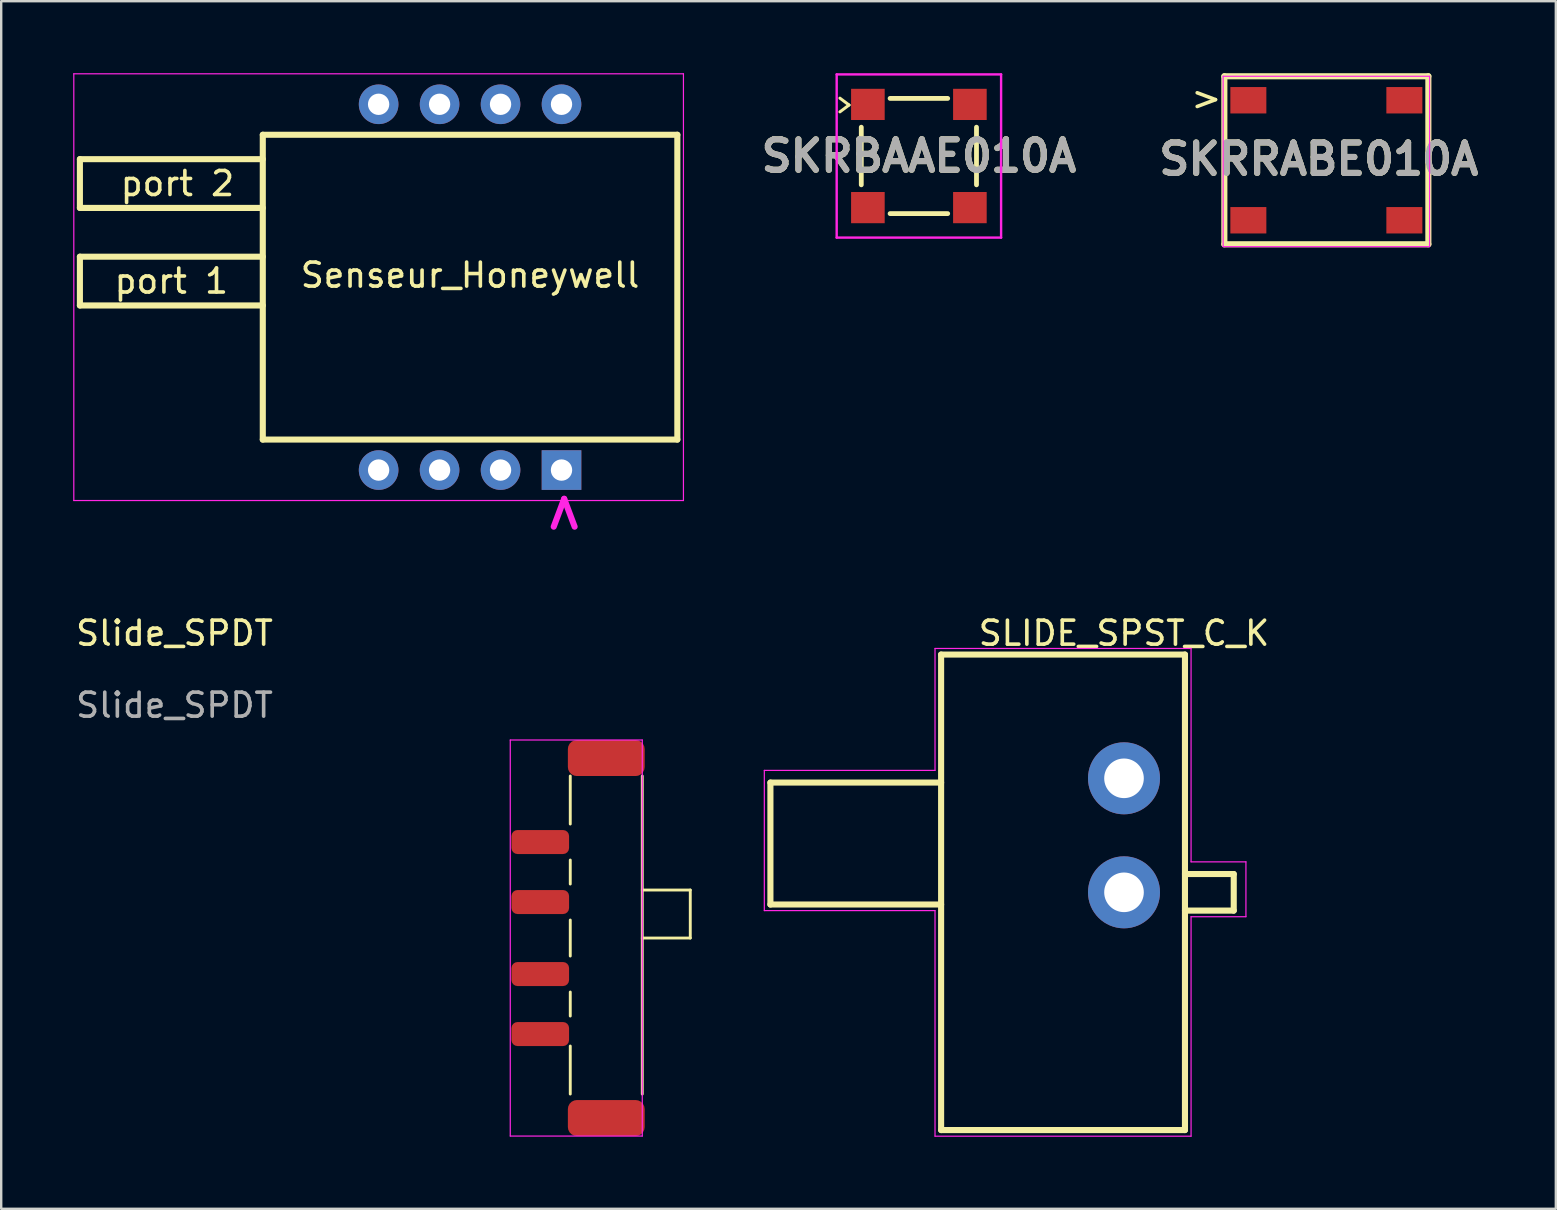
<source format=kicad_pcb>
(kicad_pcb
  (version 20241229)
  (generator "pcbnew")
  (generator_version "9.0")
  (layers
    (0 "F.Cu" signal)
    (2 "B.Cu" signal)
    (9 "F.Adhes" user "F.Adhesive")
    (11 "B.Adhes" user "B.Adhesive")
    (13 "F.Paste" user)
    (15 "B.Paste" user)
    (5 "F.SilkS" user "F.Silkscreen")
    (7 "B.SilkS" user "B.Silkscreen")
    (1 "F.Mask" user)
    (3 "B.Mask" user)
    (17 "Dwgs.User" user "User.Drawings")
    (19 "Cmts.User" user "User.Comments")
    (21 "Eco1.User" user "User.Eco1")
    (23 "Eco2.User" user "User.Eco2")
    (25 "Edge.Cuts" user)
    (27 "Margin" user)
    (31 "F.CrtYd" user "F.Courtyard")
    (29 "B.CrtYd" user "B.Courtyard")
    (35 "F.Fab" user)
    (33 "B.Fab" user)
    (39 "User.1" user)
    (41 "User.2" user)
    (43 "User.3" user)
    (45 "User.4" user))
  (footprint "SKRBAAE010A"
    (layer "F.Cu")
    (at 35.235 3.45)
    (property "Reference" "SKRBAAE010A" (at 0 0 0) (layer "F.SilkS") (effects (font (size 1.27 1.27) (thickness 0.254))))
    (attr smd)
    (fp_line (start -2.4 -1.2) (end -2.4 1.2) (stroke (width 0.2) (type solid)) (layer "F.SilkS"))
    (fp_line (start -1.2 2.4) (end 1.2 2.4) (stroke (width 0.2) (type solid)) (layer "F.SilkS"))
    (fp_line (start 1.2 -2.4) (end -1.2 -2.4) (stroke (width 0.2) (type solid)) (layer "F.SilkS"))
    (fp_line (start 2.4 1.2) (end 2.4 -1.2) (stroke (width 0.2) (type solid)) (layer "F.SilkS"))
    (fp_line (start -3.425 -3.4) (end 3.425 -3.4) (stroke (width 0.1) (type solid)) (layer "F.CrtYd"))
    (fp_line (start -3.425 3.4) (end -3.425 -3.4) (stroke (width 0.1) (type solid)) (layer "F.CrtYd"))
    (fp_line (start 3.425 -3.4) (end 3.425 3.4) (stroke (width 0.1) (type solid)) (layer "F.CrtYd"))
    (fp_line (start 3.425 3.4) (end -3.425 3.4) (stroke (width 0.1) (type solid)) (layer "F.CrtYd"))
    (fp_text user ">" (at -3.1 -2.2 0) (unlocked yes) (layer "F.SilkS") (effects (font (size 1 0.5) (thickness 0.125))))
    (fp_text user "${REFERENCE}" (at 0 0 0) (layer "F.Fab") (effects (font (size 1.27 1.27) (thickness 0.254))))
    (pad "1" smd rect (at -2.125 -2.15 90) (size 1.3 1.4) (layers "F.Cu" "F.Mask" "F.Paste"))
    (pad "2" smd rect (at -2.125 2.15 90) (size 1.3 1.4) (layers "F.Cu" "F.Mask" "F.Paste"))
    (pad "3" smd rect (at 2.125 -2.15 90) (size 1.3 1.4) (layers "F.Cu" "F.Mask" "F.Paste"))
    (pad "4" smd rect (at 2.125 2.15 90) (size 1.3 1.4) (layers "F.Cu" "F.Mask" "F.Paste")))
  (footprint "SLIDE_SPST_C_K"
    (layer "F.Cu")
    (at 43.781 34.128)
    (property "Reference" "SLIDE_SPST_C_K" (at 0 -10.795 0) (unlocked yes) (layer "F.SilkS") (effects (font (size 1 1) (thickness 0.15))))
    (attr through_hole)
    (fp_line (start -14.732 -4.572) (end -14.732 0.508) (stroke (width 0.254) (type solid)) (layer "F.SilkS"))
    (fp_line (start -14.732 0.508) (end -7.62 0.508) (stroke (width 0.254) (type solid)) (layer "F.SilkS"))
    (fp_line (start -7.62 -9.906) (end 2.54 -9.906) (stroke (width 0.254) (type solid)) (layer "F.SilkS"))
    (fp_line (start -7.62 -4.572) (end -14.732 -4.572) (stroke (width 0.254) (type solid)) (layer "F.SilkS"))
    (fp_line (start -7.62 9.906) (end -7.62 -9.906) (stroke (width 0.254) (type solid)) (layer "F.SilkS"))
    (fp_line (start 2.54 -9.906) (end 2.54 9.906) (stroke (width 0.254) (type solid)) (layer "F.SilkS"))
    (fp_line (start 2.54 -0.762) (end 4.572 -0.762) (stroke (width 0.254) (type solid)) (layer "F.SilkS"))
    (fp_line (start 2.54 9.906) (end -7.62 9.906) (stroke (width 0.254) (type solid)) (layer "F.SilkS"))
    (fp_line (start 4.572 -0.762) (end 4.572 0.762) (stroke (width 0.254) (type solid)) (layer "F.SilkS"))
    (fp_line (start 4.572 0.762) (end 2.54 0.762) (stroke (width 0.254) (type solid)) (layer "F.SilkS"))
    (fp_line (start -14.986 -5.08) (end -7.874 -5.08) (stroke (width 0.05) (type solid)) (layer "F.CrtYd"))
    (fp_line (start -14.986 0.762) (end -14.986 -5.08) (stroke (width 0.05) (type solid)) (layer "F.CrtYd"))
    (fp_line (start -7.874 -10.16) (end 2.794 -10.16) (stroke (width 0.05) (type solid)) (layer "F.CrtYd"))
    (fp_line (start -7.874 -5.08) (end -7.874 -10.16) (stroke (width 0.05) (type solid)) (layer "F.CrtYd"))
    (fp_line (start -7.874 0.762) (end -14.986 0.762) (stroke (width 0.05) (type solid)) (layer "F.CrtYd"))
    (fp_line (start -7.874 10.16) (end -7.874 0.762) (stroke (width 0.05) (type solid)) (layer "F.CrtYd"))
    (fp_line (start 2.794 -10.16) (end 2.794 -1.27) (stroke (width 0.05) (type solid)) (layer "F.CrtYd"))
    (fp_line (start 2.794 -1.27) (end 5.08 -1.27) (stroke (width 0.05) (type solid)) (layer "F.CrtYd"))
    (fp_line (start 2.794 1.016) (end 2.794 10.16) (stroke (width 0.05) (type solid)) (layer "F.CrtYd"))
    (fp_line (start 2.794 10.16) (end -7.874 10.16) (stroke (width 0.05) (type solid)) (layer "F.CrtYd"))
    (fp_line (start 5.08 -1.27) (end 5.08 1.016) (stroke (width 0.05) (type solid)) (layer "F.CrtYd"))
    (fp_line (start 5.08 1.016) (end 2.794 1.016) (stroke (width 0.05) (type solid)) (layer "F.CrtYd"))
    (pad "1" thru_hole circle (at 0 -4.75) (size 3 3) (drill 1.65) (layers "*.Cu" "*.Mask"))
    (pad "2" thru_hole circle (at 0 0) (size 3 3) (drill 1.65) (layers "*.Cu" "*.Mask")))
  (footprint "Senseur_Honeywell"
    (layer "F.Cu")
    (at 16.535 8.915)
    (property "Reference" "Senseur_Honeywell" (at 0 -0.5 0) (unlocked yes) (layer "F.SilkS") (effects (font (size 1 1) (thickness 0.15))))
    (attr through_hole)
    (fp_line (start -16.256 -5.334) (end -16.256 -3.302) (stroke (width 0.254) (type solid)) (layer "F.SilkS"))
    (fp_line (start -16.256 -3.302) (end -8.636 -3.302) (stroke (width 0.254) (type solid)) (layer "F.SilkS"))
    (fp_line (start -16.256 -1.27) (end -16.256 0.762) (stroke (width 0.254) (type solid)) (layer "F.SilkS"))
    (fp_line (start -16.256 0.762) (end -8.636 0.762) (stroke (width 0.254) (type solid)) (layer "F.SilkS"))
    (fp_line (start -8.636 -6.35) (end 8.636 -6.35) (stroke (width 0.254) (type solid)) (layer "F.SilkS"))
    (fp_line (start -8.636 -5.334) (end -16.256 -5.334) (stroke (width 0.254) (type solid)) (layer "F.SilkS"))
    (fp_line (start -8.636 -1.27) (end -16.256 -1.27) (stroke (width 0.254) (type solid)) (layer "F.SilkS"))
    (fp_line (start -8.636 6.35) (end -8.636 -6.35) (stroke (width 0.254) (type solid)) (layer "F.SilkS"))
    (fp_line (start 8.636 -6.35) (end 8.636 6.35) (stroke (width 0.254) (type solid)) (layer "F.SilkS"))
    (fp_line (start 8.636 6.35) (end -8.636 6.35) (stroke (width 0.254) (type solid)) (layer "F.SilkS"))
    (fp_line (start -16.51 -8.89) (end 8.89 -8.89) (stroke (width 0.05) (type solid)) (layer "F.CrtYd"))
    (fp_line (start -16.51 8.89) (end -16.51 -8.89) (stroke (width 0.05) (type solid)) (layer "F.CrtYd"))
    (fp_line (start 8.89 -8.89) (end 8.89 8.89) (stroke (width 0.05) (type solid)) (layer "F.CrtYd"))
    (fp_line (start 8.89 8.89) (end -16.51 8.89) (stroke (width 0.05) (type solid)) (layer "F.CrtYd"))
    (fp_text user "port 1" (at -12.446 -0.254 0) (unlocked yes) (layer "F.SilkS") (effects (font (size 1 1) (thickness 0.15))))
    (fp_text user "port 2" (at -12.192 -4.318 0) (unlocked yes) (layer "F.SilkS") (effects (font (size 1 1) (thickness 0.15))))
    (fp_text user ">" (at 3.81 9.398 90) (unlocked yes) (layer "F.CrtYd") (effects (font (size 1.524 1.524) (thickness 0.254))))
    (pad "1" thru_hole rect (at 3.81 7.62) (size 1.651 1.651) (drill 0.889) (layers "*.Cu" "*.Mask"))
    (pad "2" thru_hole circle (at 1.27 7.62) (size 1.651 1.651) (drill 0.889) (layers "*.Cu" "*.Mask"))
    (pad "3" thru_hole circle (at -1.27 7.62) (size 1.651 1.651) (drill 0.889) (layers "*.Cu" "*.Mask"))
    (pad "4" thru_hole circle (at -3.81 7.62) (size 1.651 1.651) (drill 0.889) (layers "*.Cu" "*.Mask"))
    (pad "5" thru_hole circle (at 3.81 -7.62) (size 1.651 1.651) (drill 0.889) (layers "*.Cu" "*.Mask"))
    (pad "6" thru_hole circle (at 1.27 -7.62) (size 1.651 1.651) (drill 0.889) (layers "*.Cu" "*.Mask"))
    (pad "7" thru_hole circle (at -1.27 -7.62) (size 1.651 1.651) (drill 0.889) (layers "*.Cu" "*.Mask"))
    (pad "8" thru_hole circle (at -3.81 -7.62) (size 1.651 1.651) (drill 0.889) (layers "*.Cu" "*.Mask")))
  (footprint "SKRRABE010A"
    (layer "F.Cu")
    (at 52.212 3.627)
    (property "Reference" "SKRRABE010A" (at -0.315 -0.046 0) (layer "F.SilkS") (effects (font (size 1.27 1.27) (thickness 0.254))))
    (attr smd)
    (fp_line (start -4.25 -3.5) (end -4.25 3.5) (stroke (width 0.254) (type solid)) (layer "F.SilkS"))
    (fp_line (start -4.25 -3.5) (end 4.25 -3.5) (stroke (width 0.254) (type solid)) (layer "F.SilkS"))
    (fp_line (start 4.25 3.5) (end -4.25 3.5) (stroke (width 0.254) (type solid)) (layer "F.SilkS"))
    (fp_line (start 4.25 3.5) (end 4.25 -3.5) (stroke (width 0.254) (type solid)) (layer "F.SilkS"))
    (fp_line (start -4.3 -3.5) (end -4.3 3.6) (stroke (width 0.05) (type solid)) (layer "F.CrtYd"))
    (fp_line (start -4.3 3.6) (end 4.3 3.6) (stroke (width 0.05) (type solid)) (layer "F.CrtYd"))
    (fp_line (start 4.3 -3.5) (end -4.3 -3.5) (stroke (width 0.05) (type solid)) (layer "F.CrtYd"))
    (fp_line (start 4.3 3.6) (end 4.3 -3.5) (stroke (width 0.05) (type solid)) (layer "F.CrtYd"))
    (fp_text user ">" (at -5 -2.6 0) (unlocked yes) (layer "F.SilkS") (effects (font (size 1 1) (thickness 0.15))))
    (fp_text user "${REFERENCE}" (at -0.315 -0.046 0) (layer "F.Fab") (effects (font (size 1.27 1.27) (thickness 0.254))))
    (pad "1" smd rect (at -3.25 -2.5) (size 1.5 1.1) (layers "F.Cu" "F.Mask" "F.Paste"))
    (pad "2" smd rect (at -3.25 2.5) (size 1.5 1.1) (layers "F.Cu" "F.Mask" "F.Paste"))
    (pad "3" smd rect (at 3.25 -2.5) (size 1.5 1.1) (layers "F.Cu" "F.Mask" "F.Paste"))
    (pad "4" smd rect (at 3.25 2.5) (size 1.5 1.1) (layers "F.Cu" "F.Mask" "F.Paste")))
  (footprint "Slide_SPDT"
    (layer "F.Cu")
    (at 19.46 36.033)
    (property "Reference" "Slide_SPDT" (at -15.24 -12.7 0) (unlocked yes) (layer "F.SilkS") (effects (font (size 1 1) (thickness 0.15))))
    (attr smd)
    (fp_line (start 1.25 -6.75) (end 1.25 -4.75) (stroke (width 0.12) (type solid)) (layer "F.SilkS"))
    (fp_line (start 1.25 -3.25) (end 1.25 -2.25) (stroke (width 0.12) (type solid)) (layer "F.SilkS"))
    (fp_line (start 1.25 -0.75) (end 1.25 0.75) (stroke (width 0.12) (type solid)) (layer "F.SilkS"))
    (fp_line (start 1.25 2.25) (end 1.25 3.25) (stroke (width 0.12) (type solid)) (layer "F.SilkS"))
    (fp_line (start 1.25 4.5) (end 1.25 6.5) (stroke (width 0.12) (type solid)) (layer "F.SilkS"))
    (fp_line (start 4.25 -2) (end 6.25 -2) (stroke (width 0.12) (type solid)) (layer "F.SilkS"))
    (fp_line (start 4.25 6.5) (end 4.25 -6.75) (stroke (width 0.12) (type solid)) (layer "F.SilkS"))
    (fp_line (start 6.25 -2) (end 6.25 0) (stroke (width 0.12) (type solid)) (layer "F.SilkS"))
    (fp_line (start 6.25 0) (end 4.25 0) (stroke (width 0.12) (type solid)) (layer "F.SilkS"))
    (fp_line (start -1.25 -8.25) (end 4.25 -8.25) (stroke (width 0.05) (type solid)) (layer "F.CrtYd"))
    (fp_line (start -1.25 8.25) (end -1.25 -8.25) (stroke (width 0.05) (type solid)) (layer "F.CrtYd"))
    (fp_line (start 4.25 -8.25) (end 4.25 8.25) (stroke (width 0.05) (type solid)) (layer "F.CrtYd"))
    (fp_line (start 4.25 8.25) (end -1.25 8.25) (stroke (width 0.05) (type solid)) (layer "F.CrtYd"))
    (fp_text user "${REFERENCE}" (at -15.24 -9.7 0) (unlocked yes) (layer "F.Fab") (effects (font (size 1 1) (thickness 0.15))))
    (pad "1" smd roundrect (at 0 -4) (size 2.4 1) (layers "F.Cu" "F.Mask" "F.Paste") (roundrect_rratio 0.25))
    (pad "2" smd roundrect (at 0 -1.5) (size 2.4 1) (layers "F.Cu" "F.Mask" "F.Paste") (roundrect_rratio 0.25))
    (pad "3" smd roundrect (at 0 1.5) (size 2.4 1) (layers "F.Cu" "F.Mask" "F.Paste") (roundrect_rratio 0.25))
    (pad "4" smd roundrect (at 0 4) (size 2.4 1) (layers "F.Cu" "F.Mask" "F.Paste") (roundrect_rratio 0.25))
    (pad "5" smd roundrect (at 2.75 -7.5) (size 3.2 1.5) (layers "F.Cu" "F.Mask" "F.Paste") (roundrect_rratio 0.25))
    (pad "6" smd roundrect (at 2.75 7.5) (size 3.2 1.5) (layers "F.Cu" "F.Mask" "F.Paste") (roundrect_rratio 0.25)))
  (gr_rect
    (start -3 -3)
    (end 61.773 47.313)
    (stroke (width 0.1) (type default))
    (fill no)
    (layer "Edge.Cuts")))
</source>
